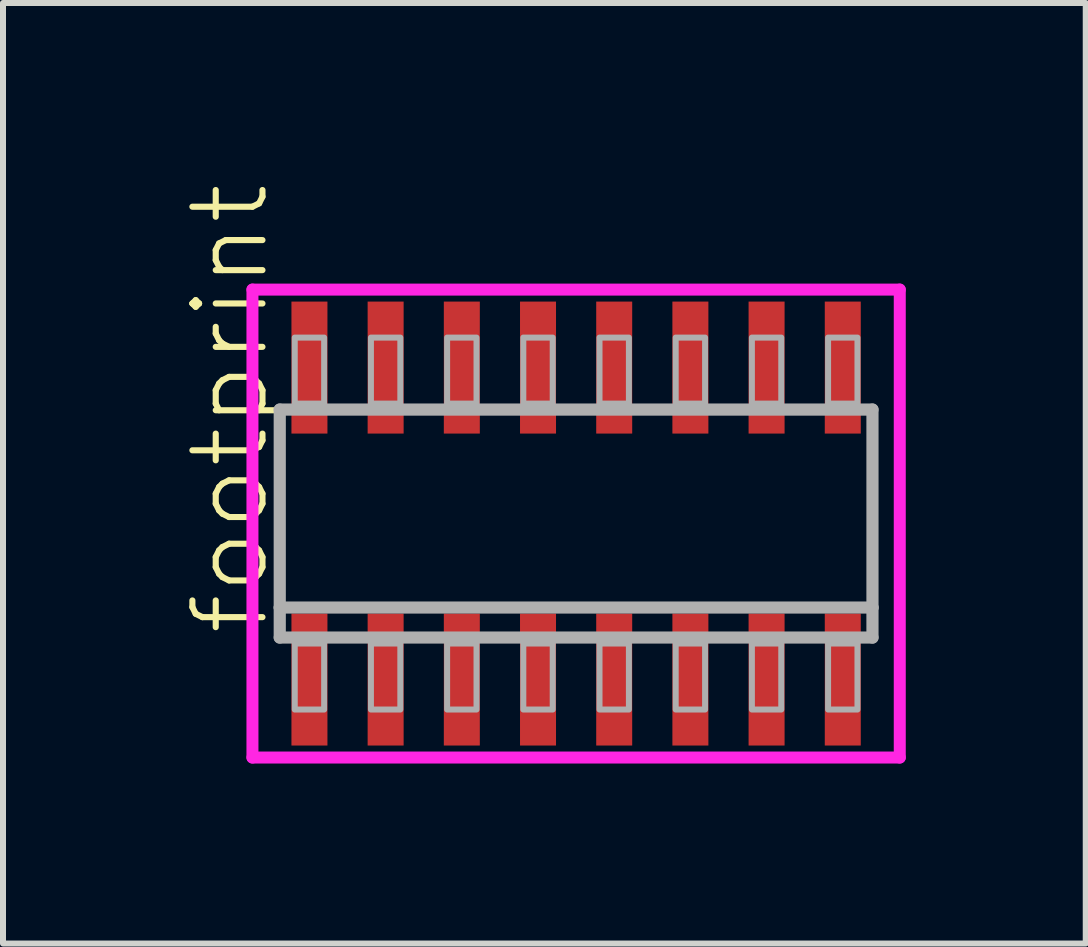
<source format=kicad_pcb>
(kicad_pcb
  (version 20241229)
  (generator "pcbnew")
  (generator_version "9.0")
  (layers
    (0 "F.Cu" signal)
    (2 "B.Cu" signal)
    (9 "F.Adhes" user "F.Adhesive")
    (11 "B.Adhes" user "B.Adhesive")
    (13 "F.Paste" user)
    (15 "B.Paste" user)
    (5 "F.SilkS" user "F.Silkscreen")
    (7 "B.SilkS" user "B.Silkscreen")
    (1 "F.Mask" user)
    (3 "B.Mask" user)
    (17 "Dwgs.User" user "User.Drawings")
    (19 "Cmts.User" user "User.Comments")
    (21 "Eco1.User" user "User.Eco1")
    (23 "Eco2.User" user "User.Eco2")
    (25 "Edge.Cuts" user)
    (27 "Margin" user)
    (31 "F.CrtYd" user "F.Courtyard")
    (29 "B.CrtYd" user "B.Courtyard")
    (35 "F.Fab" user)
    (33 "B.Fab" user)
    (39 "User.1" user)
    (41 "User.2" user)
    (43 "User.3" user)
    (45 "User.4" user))
  (footprint "footprint"
    (layer "F.Cu")
    (at 6.553 5.677)
    (property "Reference" "footprint" (at -5.08 1.905 90) (layer "F.SilkS") (effects (font (size 1.168 1.168) (thickness 0.102)) (justify left bottom)))
    (fp_line (start -5.395 -3.9) (end 5.395 -3.9) (stroke (width 0.2) (type solid)) (layer "F.CrtYd"))
    (fp_line (start -5.395 3.9) (end -5.395 -3.9) (stroke (width 0.2) (type solid)) (layer "F.CrtYd"))
    (fp_line (start 5.395 -3.9) (end 5.395 3.9) (stroke (width 0.2) (type solid)) (layer "F.CrtYd"))
    (fp_line (start 5.395 3.9) (end -5.395 3.9) (stroke (width 0.2) (type solid)) (layer "F.CrtYd"))
    (fp_line (start -4.94 -1.9) (end 4.94 -1.9) (stroke (width 0.203) (type solid)) (layer "F.Fab"))
    (fp_line (start -4.94 1.4) (end -4.94 -1.9) (stroke (width 0.203) (type solid)) (layer "F.Fab"))
    (fp_line (start -4.94 1.9) (end -4.94 1.4) (stroke (width 0.203) (type solid)) (layer "F.Fab"))
    (fp_line (start 4.94 -1.9) (end 4.94 1.4) (stroke (width 0.203) (type solid)) (layer "F.Fab"))
    (fp_line (start 4.94 1.4) (end -4.94 1.4) (stroke (width 0.203) (type solid)) (layer "F.Fab"))
    (fp_line (start 4.94 1.4) (end 4.94 1.9) (stroke (width 0.203) (type solid)) (layer "F.Fab"))
    (fp_line (start 4.94 1.9) (end -4.94 1.9) (stroke (width 0.203) (type solid)) (layer "F.Fab"))
    (fp_poly (pts (xy -4.69 -2) (xy -4.2 -2) (xy -4.2 -3.1) (xy -4.69 -3.1)) (stroke (width 0.1) (type solid)) (fill no) (layer "F.Fab"))
    (fp_poly (pts (xy -4.69 3.1) (xy -4.2 3.1) (xy -4.2 2) (xy -4.69 2)) (stroke (width 0.1) (type solid)) (fill no) (layer "F.Fab"))
    (fp_poly (pts (xy -3.42 -2) (xy -2.93 -2) (xy -2.93 -3.1) (xy -3.42 -3.1)) (stroke (width 0.1) (type solid)) (fill no) (layer "F.Fab"))
    (fp_poly (pts (xy -3.42 3.1) (xy -2.93 3.1) (xy -2.93 2) (xy -3.42 2)) (stroke (width 0.1) (type solid)) (fill no) (layer "F.Fab"))
    (fp_poly (pts (xy -2.15 -2) (xy -1.66 -2) (xy -1.66 -3.1) (xy -2.15 -3.1)) (stroke (width 0.1) (type solid)) (fill no) (layer "F.Fab"))
    (fp_poly (pts (xy -2.15 3.1) (xy -1.66 3.1) (xy -1.66 2) (xy -2.15 2)) (stroke (width 0.1) (type solid)) (fill no) (layer "F.Fab"))
    (fp_poly (pts (xy -0.88 -2) (xy -0.39 -2) (xy -0.39 -3.1) (xy -0.88 -3.1)) (stroke (width 0.1) (type solid)) (fill no) (layer "F.Fab"))
    (fp_poly (pts (xy -0.88 3.1) (xy -0.39 3.1) (xy -0.39 2) (xy -0.88 2)) (stroke (width 0.1) (type solid)) (fill no) (layer "F.Fab"))
    (fp_poly (pts (xy 0.39 -2) (xy 0.88 -2) (xy 0.88 -3.1) (xy 0.39 -3.1)) (stroke (width 0.1) (type solid)) (fill no) (layer "F.Fab"))
    (fp_poly (pts (xy 0.39 3.1) (xy 0.88 3.1) (xy 0.88 2) (xy 0.39 2)) (stroke (width 0.1) (type solid)) (fill no) (layer "F.Fab"))
    (fp_poly (pts (xy 1.66 -2) (xy 2.15 -2) (xy 2.15 -3.1) (xy 1.66 -3.1)) (stroke (width 0.1) (type solid)) (fill no) (layer "F.Fab"))
    (fp_poly (pts (xy 1.66 3.1) (xy 2.15 3.1) (xy 2.15 2) (xy 1.66 2)) (stroke (width 0.1) (type solid)) (fill no) (layer "F.Fab"))
    (fp_poly (pts (xy 2.93 -2) (xy 3.42 -2) (xy 3.42 -3.1) (xy 2.93 -3.1)) (stroke (width 0.1) (type solid)) (fill no) (layer "F.Fab"))
    (fp_poly (pts (xy 2.93 3.1) (xy 3.42 3.1) (xy 3.42 2) (xy 2.93 2)) (stroke (width 0.1) (type solid)) (fill no) (layer "F.Fab"))
    (fp_poly (pts (xy 4.2 -2) (xy 4.69 -2) (xy 4.69 -3.1) (xy 4.2 -3.1)) (stroke (width 0.1) (type solid)) (fill no) (layer "F.Fab"))
    (fp_poly (pts (xy 4.2 3.1) (xy 4.69 3.1) (xy 4.69 2) (xy 4.2 2)) (stroke (width 0.1) (type solid)) (fill no) (layer "F.Fab"))
    (pad "1" smd rect (at -4.445 2.6) (size 0.6 2.2) (layers "F.Cu" "F.Mask" "F.Paste"))
    (pad "2" smd rect (at -3.175 2.6) (size 0.6 2.2) (layers "F.Cu" "F.Mask" "F.Paste"))
    (pad "3" smd rect (at -1.905 2.6) (size 0.6 2.2) (layers "F.Cu" "F.Mask" "F.Paste"))
    (pad "4" smd rect (at -0.635 2.6) (size 0.6 2.2) (layers "F.Cu" "F.Mask" "F.Paste"))
    (pad "5" smd rect (at 0.635 2.6) (size 0.6 2.2) (layers "F.Cu" "F.Mask" "F.Paste"))
    (pad "6" smd rect (at 1.905 2.6) (size 0.6 2.2) (layers "F.Cu" "F.Mask" "F.Paste"))
    (pad "7" smd rect (at 3.175 2.6) (size 0.6 2.2) (layers "F.Cu" "F.Mask" "F.Paste"))
    (pad "8" smd rect (at 4.445 2.6) (size 0.6 2.2) (layers "F.Cu" "F.Mask" "F.Paste"))
    (pad "9" smd rect (at 4.445 -2.6) (size 0.6 2.2) (layers "F.Cu" "F.Mask" "F.Paste"))
    (pad "10" smd rect (at 3.175 -2.6) (size 0.6 2.2) (layers "F.Cu" "F.Mask" "F.Paste"))
    (pad "11" smd rect (at 1.905 -2.6) (size 0.6 2.2) (layers "F.Cu" "F.Mask" "F.Paste"))
    (pad "12" smd rect (at 0.635 -2.6) (size 0.6 2.2) (layers "F.Cu" "F.Mask" "F.Paste"))
    (pad "13" smd rect (at -0.635 -2.6) (size 0.6 2.2) (layers "F.Cu" "F.Mask" "F.Paste"))
    (pad "14" smd rect (at -1.905 -2.6) (size 0.6 2.2) (layers "F.Cu" "F.Mask" "F.Paste"))
    (pad "15" smd rect (at -3.175 -2.6) (size 0.6 2.2) (layers "F.Cu" "F.Mask" "F.Paste"))
    (pad "16" smd rect (at -4.445 -2.6) (size 0.6 2.2) (layers "F.Cu" "F.Mask" "F.Paste")))
  (gr_rect
    (start -3 -3)
    (end 15.048 12.677)
    (stroke (width 0.1) (type default))
    (fill no)
    (layer "Edge.Cuts")))
</source>
